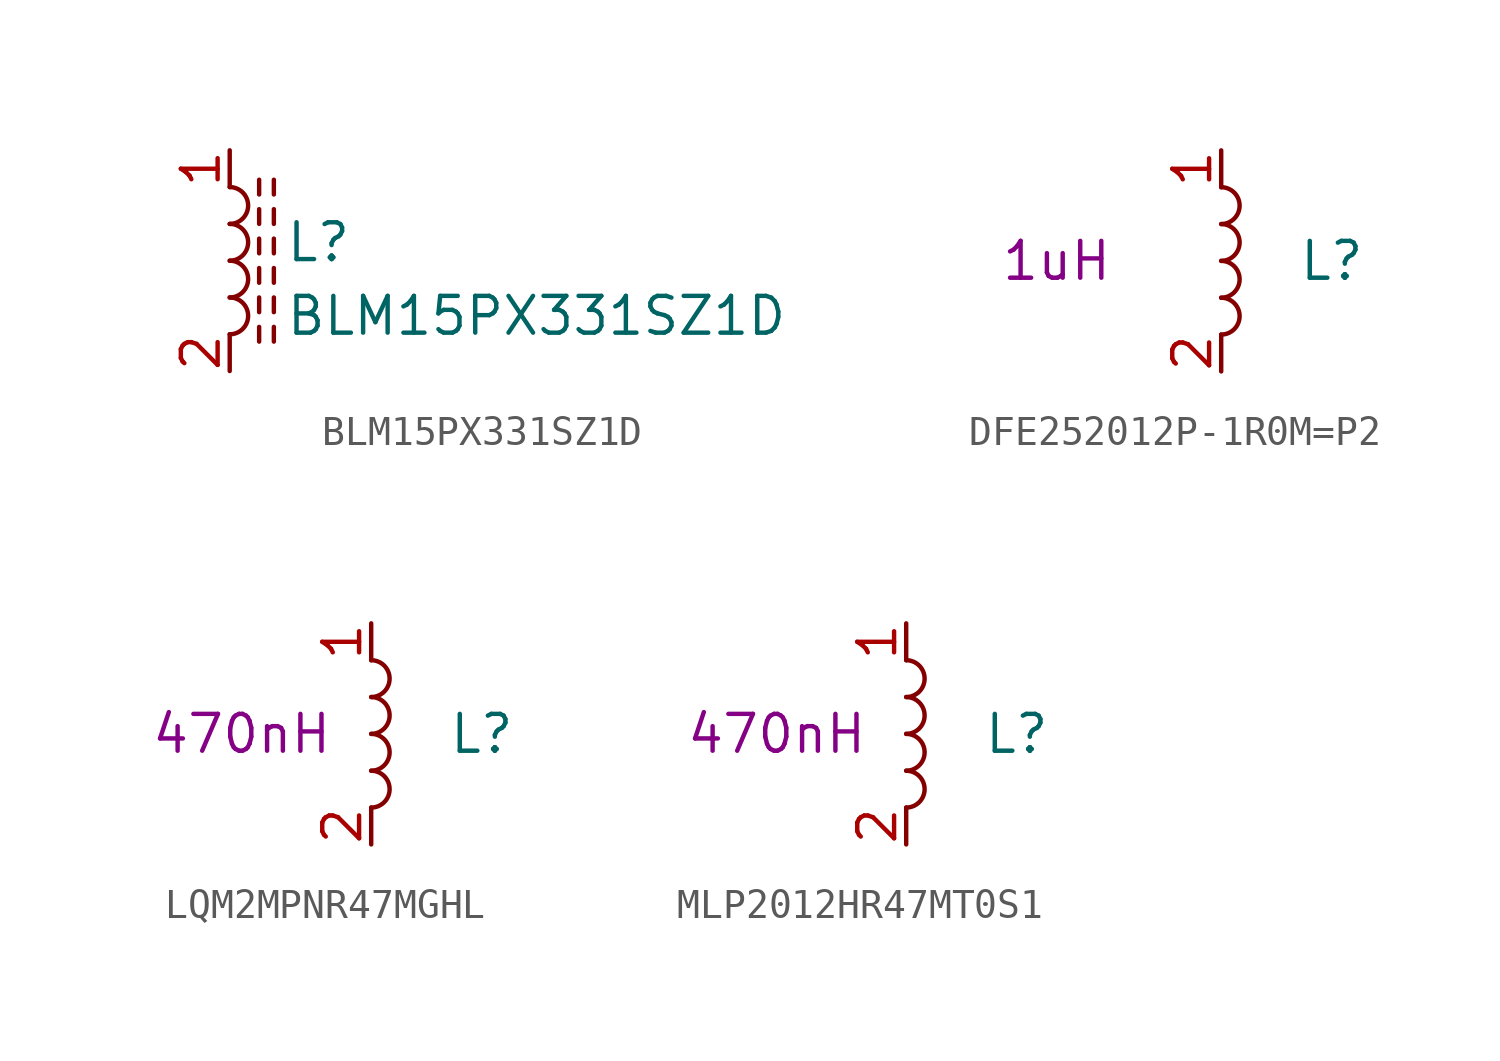
<source format=kicad_sym>
(kicad_symbol_lib
  (version 20231120)
  (generator "kicad_symbol_editor")
  (generator_version "8.0")
  (symbol "BLM15PX331SZ1D"
    (property "Reference" "L"
      (at 1.27 1.27 0)
      (do_not_autoplace)
      (effects (font (size 1.27 1.27)) (justify left)))
    (property "Value" "BLM15PX331SZ1D"
      (at 1.27 -1.27 0)
      (do_not_autoplace)
      (effects (font (size 1.27 1.27)) (justify left)))
    (symbol "BLM15PX331SZ1D_0_1"
      (arc (start -0.635 -1.905) (mid -0.0027 -1.27) (end -0.635 -0.635) (stroke (width 0) (type default)) (fill (type none)))
      (arc (start -0.635 -0.635) (mid -0.0027 0) (end -0.635 0.635) (stroke (width 0) (type default)) (fill (type none)))
      (arc (start -0.635 0.635) (mid -0.0027 1.27) (end -0.635 1.905) (stroke (width 0) (type default)) (fill (type none)))
      (arc (start -0.635 1.905) (mid -0.0027 2.54) (end -0.635 3.175) (stroke (width 0) (type default)) (fill (type none)))
      (polyline (pts (xy 0.381 -2.159) (xy 0.381 -1.651)) (stroke (width 0) (type default)) (fill (type none)))
      (polyline (pts (xy 0.381 -1.143) (xy 0.381 -0.635)) (stroke (width 0) (type default)) (fill (type none)))
      (polyline (pts (xy 0.381 -0.127) (xy 0.381 0.381)) (stroke (width 0) (type default)) (fill (type none)))
      (polyline (pts (xy 0.381 0.889) (xy 0.381 1.397)) (stroke (width 0) (type default)) (fill (type none)))
      (polyline (pts (xy 0.381 1.905) (xy 0.381 2.413)) (stroke (width 0) (type default)) (fill (type none)))
      (polyline (pts (xy 0.381 2.921) (xy 0.381 3.429)) (stroke (width 0) (type default)) (fill (type none)))
      (polyline (pts (xy 0.889 -1.651) (xy 0.889 -2.159)) (stroke (width 0) (type default)) (fill (type none)))
      (polyline (pts (xy 0.889 -0.635) (xy 0.889 -1.143)) (stroke (width 0) (type default)) (fill (type none)))
      (polyline (pts (xy 0.889 0.381) (xy 0.889 -0.127)) (stroke (width 0) (type default)) (fill (type none)))
      (polyline (pts (xy 0.889 1.397) (xy 0.889 0.889)) (stroke (width 0) (type default)) (fill (type none)))
      (polyline (pts (xy 0.889 2.413) (xy 0.889 1.905)) (stroke (width 0) (type default)) (fill (type none)))
      (polyline (pts (xy 0.889 3.429) (xy 0.889 2.921)) (stroke (width 0) (type default)) (fill (type none))))
    (symbol "BLM15PX331SZ1D_1_1"
      (pin unspecified line (at -0.635 4.445 270) (length 1.27) (name "" (effects (font (size 1.27 1.27)))) (number "1" (effects (font (size 1.27 1.27)))))
      (pin unspecified line (at -0.635 -3.175 90) (length 1.27) (name "" (effects (font (size 1.27 1.27)))) (number "2" (effects (font (size 1.27 1.27)))))))
  (symbol "DFE252012P-1R0M=P2"
    (property "Reference" "L"
      (at 3.81 0 0)
      (effects (font (size 1.27 1.27))))
    (property "Inductance" "1uH"
      (at -7.62 0 0)
      (effects (font (size 1.27 1.27)) (justify left)))
    (symbol "DFE252012P-1R0M=P2_0_1"
      (arc (start 0 -2.54) (mid 0.6323 -1.905) (end 0 -1.27) (stroke (width 0) (type default)) (fill (type none)))
      (arc (start 0 -1.27) (mid 0.6323 -0.635) (end 0 0) (stroke (width 0) (type default)) (fill (type none)))
      (arc (start 0 0) (mid 0.6323 0.635) (end 0 1.27) (stroke (width 0) (type default)) (fill (type none)))
      (arc (start 0 1.27) (mid 0.6323 1.905) (end 0 2.54) (stroke (width 0) (type default)) (fill (type none))))
    (symbol "DFE252012P-1R0M=P2_1_1"
      (pin unspecified line (at 0 3.81 270) (length 1.27) (name "" (effects (font (size 1.27 1.27)))) (number "1" (effects (font (size 1.27 1.27)))))
      (pin unspecified line (at 0 -3.81 90) (length 1.27) (name "" (effects (font (size 1.27 1.27)))) (number "2" (effects (font (size 1.27 1.27)))))))
  (symbol "LQM2MPNR47MGHL"
    (property "Reference" "L"
      (at 3.81 0 0)
      (effects (font (size 1.27 1.27))))
    (property "Inductance" "470nH"
      (at -7.62 0 0)
      (effects (font (size 1.27 1.27)) (justify left)))
    (symbol "LQM2MPNR47MGHL_0_1"
      (arc (start 0 -2.54) (mid 0.6323 -1.905) (end 0 -1.27) (stroke (width 0) (type default)) (fill (type none)))
      (arc (start 0 -1.27) (mid 0.6323 -0.635) (end 0 0) (stroke (width 0) (type default)) (fill (type none)))
      (arc (start 0 0) (mid 0.6323 0.635) (end 0 1.27) (stroke (width 0) (type default)) (fill (type none)))
      (arc (start 0 1.27) (mid 0.6323 1.905) (end 0 2.54) (stroke (width 0) (type default)) (fill (type none))))
    (symbol "LQM2MPNR47MGHL_1_1"
      (pin unspecified line (at 0 3.81 270) (length 1.27) (name "" (effects (font (size 1.27 1.27)))) (number "1" (effects (font (size 1.27 1.27)))))
      (pin unspecified line (at 0 -3.81 90) (length 1.27) (name "" (effects (font (size 1.27 1.27)))) (number "2" (effects (font (size 1.27 1.27)))))))
  (symbol "MLP2012HR47MT0S1"
    (property "Reference" "L"
      (at 3.81 0 0)
      (effects (font (size 1.27 1.27))))
    (property "Inductance" "470nH"
      (at -7.62 0 0)
      (effects (font (size 1.27 1.27)) (justify left)))
    (symbol "MLP2012HR47MT0S1_0_1"
      (arc (start 0 -2.54) (mid 0.6323 -1.905) (end 0 -1.27) (stroke (width 0) (type default)) (fill (type none)))
      (arc (start 0 -1.27) (mid 0.6323 -0.635) (end 0 0) (stroke (width 0) (type default)) (fill (type none)))
      (arc (start 0 0) (mid 0.6323 0.635) (end 0 1.27) (stroke (width 0) (type default)) (fill (type none)))
      (arc (start 0 1.27) (mid 0.6323 1.905) (end 0 2.54) (stroke (width 0) (type default)) (fill (type none))))
    (symbol "MLP2012HR47MT0S1_1_1"
      (pin unspecified line (at 0 3.81 270) (length 1.27) (name "" (effects (font (size 1.27 1.27)))) (number "1" (effects (font (size 1.27 1.27)))))
      (pin unspecified line (at 0 -3.81 90) (length 1.27) (name "" (effects (font (size 1.27 1.27)))) (number "2" (effects (font (size 1.27 1.27))))))))
</source>
